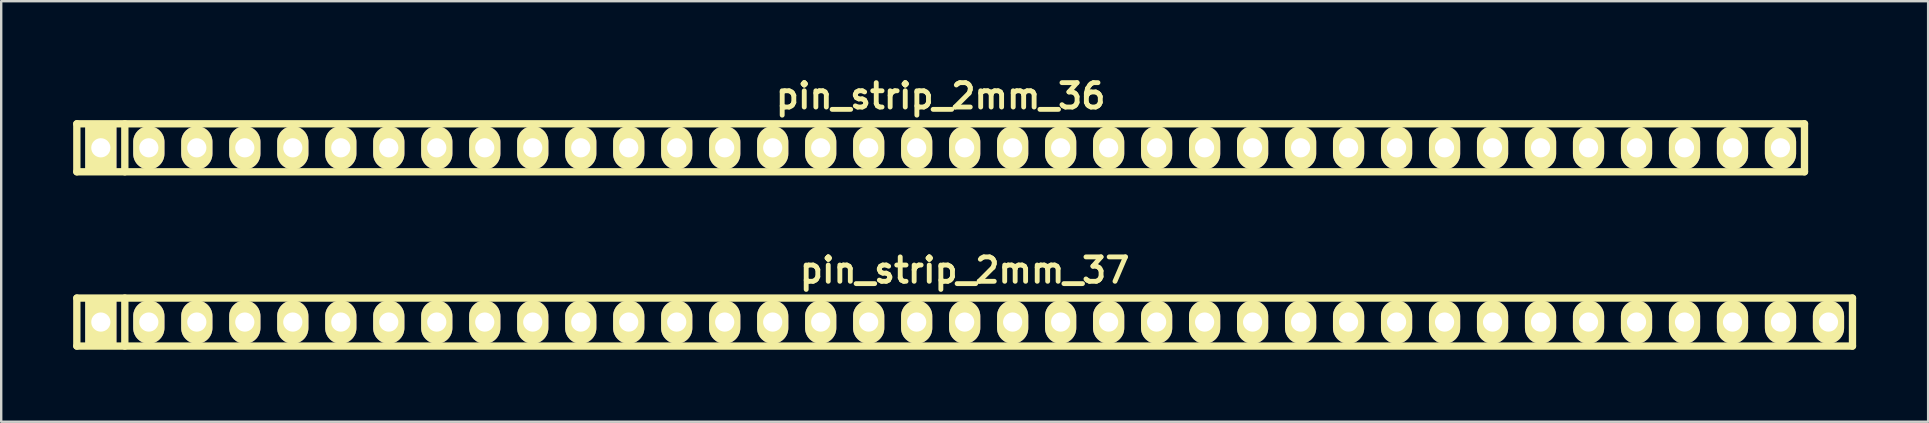
<source format=kicad_pcb>
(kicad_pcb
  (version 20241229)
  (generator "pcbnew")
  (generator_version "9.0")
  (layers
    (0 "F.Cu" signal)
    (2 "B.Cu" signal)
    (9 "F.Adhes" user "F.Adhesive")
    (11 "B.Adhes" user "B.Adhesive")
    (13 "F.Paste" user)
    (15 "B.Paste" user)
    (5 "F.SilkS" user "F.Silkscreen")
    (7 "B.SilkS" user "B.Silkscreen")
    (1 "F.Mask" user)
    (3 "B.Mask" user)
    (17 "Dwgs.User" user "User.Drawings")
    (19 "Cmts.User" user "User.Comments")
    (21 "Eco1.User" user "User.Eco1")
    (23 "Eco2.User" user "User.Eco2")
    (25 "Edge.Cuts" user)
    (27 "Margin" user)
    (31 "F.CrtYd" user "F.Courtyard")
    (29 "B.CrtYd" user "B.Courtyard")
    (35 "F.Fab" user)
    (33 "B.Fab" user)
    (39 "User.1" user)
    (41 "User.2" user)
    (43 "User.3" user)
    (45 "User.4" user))
  (footprint "pin_strip_2mm_37"
    (layer "F.Cu")
    (at 37.152 10.372)
    (property "Reference" "pin_strip_2mm_37" (at 0 -2.159 0) (layer "F.SilkS") (effects (font (size 1.016 1.016) (thickness 0.203))))
    (attr through_hole)
    (fp_line (start -37 -1) (end 37 -1) (stroke (width 0.305) (type solid)) (layer "F.SilkS"))
    (fp_line (start -37 1) (end -37 -1) (stroke (width 0.305) (type solid)) (layer "F.SilkS"))
    (fp_line (start -35 -1) (end -35 1) (stroke (width 0.305) (type solid)) (layer "F.SilkS"))
    (fp_line (start 37 -1) (end 37 1) (stroke (width 0.305) (type solid)) (layer "F.SilkS"))
    (fp_line (start 37 1) (end -37 1) (stroke (width 0.305) (type solid)) (layer "F.SilkS"))
    (pad "1" thru_hole rect (at -36 0) (size 1.3 1.8) (drill 0.8) (layers "*.Cu" "*.Mask" "F.SilkS"))
    (pad "2" thru_hole oval (at -34 0) (size 1.3 1.8) (drill 0.8) (layers "*.Cu" "*.Mask" "F.SilkS"))
    (pad "3" thru_hole oval (at -32 0) (size 1.3 1.8) (drill 0.8) (layers "*.Cu" "*.Mask" "F.SilkS"))
    (pad "4" thru_hole oval (at -30 0) (size 1.3 1.8) (drill 0.8) (layers "*.Cu" "*.Mask" "F.SilkS"))
    (pad "5" thru_hole oval (at -28 0) (size 1.3 1.8) (drill 0.8) (layers "*.Cu" "*.Mask" "F.SilkS"))
    (pad "6" thru_hole oval (at -26 0) (size 1.3 1.8) (drill 0.8) (layers "*.Cu" "*.Mask" "F.SilkS"))
    (pad "7" thru_hole oval (at -24 0) (size 1.3 1.8) (drill 0.8) (layers "*.Cu" "*.Mask" "F.SilkS"))
    (pad "8" thru_hole oval (at -22 0) (size 1.3 1.8) (drill 0.8) (layers "*.Cu" "*.Mask" "F.SilkS"))
    (pad "9" thru_hole oval (at -20 0) (size 1.3 1.8) (drill 0.8) (layers "*.Cu" "*.Mask" "F.SilkS"))
    (pad "10" thru_hole oval (at -18 0) (size 1.3 1.8) (drill 0.8) (layers "*.Cu" "*.Mask" "F.SilkS"))
    (pad "11" thru_hole oval (at -16 0) (size 1.3 1.8) (drill 0.8) (layers "*.Cu" "*.Mask" "F.SilkS"))
    (pad "12" thru_hole oval (at -14 0) (size 1.3 1.8) (drill 0.8) (layers "*.Cu" "*.Mask" "F.SilkS"))
    (pad "13" thru_hole oval (at -12 0) (size 1.3 1.8) (drill 0.8) (layers "*.Cu" "*.Mask" "F.SilkS"))
    (pad "14" thru_hole oval (at -10 0) (size 1.3 1.8) (drill 0.8) (layers "*.Cu" "*.Mask" "F.SilkS"))
    (pad "15" thru_hole oval (at -8 0) (size 1.3 1.8) (drill 0.8) (layers "*.Cu" "*.Mask" "F.SilkS"))
    (pad "16" thru_hole oval (at -6 0) (size 1.3 1.8) (drill 0.8) (layers "*.Cu" "*.Mask" "F.SilkS"))
    (pad "17" thru_hole oval (at -4 0) (size 1.3 1.8) (drill 0.8) (layers "*.Cu" "*.Mask" "F.SilkS"))
    (pad "18" thru_hole oval (at -2 0) (size 1.3 1.8) (drill 0.8) (layers "*.Cu" "*.Mask" "F.SilkS"))
    (pad "19" thru_hole oval (at 0 0) (size 1.3 1.8) (drill 0.8) (layers "*.Cu" "*.Mask" "F.SilkS"))
    (pad "20" thru_hole oval (at 2 0) (size 1.3 1.8) (drill 0.8) (layers "*.Cu" "*.Mask" "F.SilkS"))
    (pad "21" thru_hole oval (at 4 0) (size 1.3 1.8) (drill 0.8) (layers "*.Cu" "*.Mask" "F.SilkS"))
    (pad "22" thru_hole oval (at 6 0) (size 1.3 1.8) (drill 0.8) (layers "*.Cu" "*.Mask" "F.SilkS"))
    (pad "23" thru_hole oval (at 8 0) (size 1.3 1.8) (drill 0.8) (layers "*.Cu" "*.Mask" "F.SilkS"))
    (pad "24" thru_hole oval (at 10 0) (size 1.3 1.8) (drill 0.8) (layers "*.Cu" "*.Mask" "F.SilkS"))
    (pad "25" thru_hole oval (at 12 0) (size 1.3 1.8) (drill 0.8) (layers "*.Cu" "*.Mask" "F.SilkS"))
    (pad "26" thru_hole oval (at 14 0) (size 1.3 1.8) (drill 0.8) (layers "*.Cu" "*.Mask" "F.SilkS"))
    (pad "27" thru_hole oval (at 16 0) (size 1.3 1.8) (drill 0.8) (layers "*.Cu" "*.Mask" "F.SilkS"))
    (pad "28" thru_hole oval (at 18 0) (size 1.3 1.8) (drill 0.8) (layers "*.Cu" "*.Mask" "F.SilkS"))
    (pad "29" thru_hole oval (at 20 0) (size 1.3 1.8) (drill 0.8) (layers "*.Cu" "*.Mask" "F.SilkS"))
    (pad "30" thru_hole oval (at 22 0) (size 1.3 1.8) (drill 0.8) (layers "*.Cu" "*.Mask" "F.SilkS"))
    (pad "31" thru_hole oval (at 24 0) (size 1.3 1.8) (drill 0.8) (layers "*.Cu" "*.Mask" "F.SilkS"))
    (pad "32" thru_hole oval (at 26 0) (size 1.3 1.8) (drill 0.8) (layers "*.Cu" "*.Mask" "F.SilkS"))
    (pad "33" thru_hole oval (at 28 0) (size 1.3 1.8) (drill 0.8) (layers "*.Cu" "*.Mask" "F.SilkS"))
    (pad "34" thru_hole oval (at 30 0) (size 1.3 1.8) (drill 0.8) (layers "*.Cu" "*.Mask" "F.SilkS"))
    (pad "35" thru_hole oval (at 32 0) (size 1.3 1.8) (drill 0.8) (layers "*.Cu" "*.Mask" "F.SilkS"))
    (pad "36" thru_hole oval (at 34 0) (size 1.3 1.8) (drill 0.8) (layers "*.Cu" "*.Mask" "F.SilkS"))
    (pad "37" thru_hole oval (at 36 0) (size 1.3 1.8) (drill 0.8) (layers "*.Cu" "*.Mask" "F.SilkS")))
  (footprint "pin_strip_2mm_36"
    (layer "F.Cu")
    (at 36.152 3.11)
    (property "Reference" "pin_strip_2mm_36" (at 0 -2.159 0) (layer "F.SilkS") (effects (font (size 1.016 1.016) (thickness 0.203))))
    (attr through_hole)
    (fp_line (start -36 -1) (end 36 -1) (stroke (width 0.305) (type solid)) (layer "F.SilkS"))
    (fp_line (start -36 1) (end -36 -1) (stroke (width 0.305) (type solid)) (layer "F.SilkS"))
    (fp_line (start -34 -1) (end -34 1) (stroke (width 0.305) (type solid)) (layer "F.SilkS"))
    (fp_line (start 36 -1) (end 36 1) (stroke (width 0.305) (type solid)) (layer "F.SilkS"))
    (fp_line (start 36 1) (end -36 1) (stroke (width 0.305) (type solid)) (layer "F.SilkS"))
    (pad "1" thru_hole rect (at -35 0) (size 1.3 1.8) (drill 0.8) (layers "*.Cu" "*.Mask" "F.SilkS"))
    (pad "2" thru_hole oval (at -33 0) (size 1.3 1.8) (drill 0.8) (layers "*.Cu" "*.Mask" "F.SilkS"))
    (pad "3" thru_hole oval (at -31 0) (size 1.3 1.8) (drill 0.8) (layers "*.Cu" "*.Mask" "F.SilkS"))
    (pad "4" thru_hole oval (at -29 0) (size 1.3 1.8) (drill 0.8) (layers "*.Cu" "*.Mask" "F.SilkS"))
    (pad "5" thru_hole oval (at -27 0) (size 1.3 1.8) (drill 0.8) (layers "*.Cu" "*.Mask" "F.SilkS"))
    (pad "6" thru_hole oval (at -25 0) (size 1.3 1.8) (drill 0.8) (layers "*.Cu" "*.Mask" "F.SilkS"))
    (pad "7" thru_hole oval (at -23 0) (size 1.3 1.8) (drill 0.8) (layers "*.Cu" "*.Mask" "F.SilkS"))
    (pad "8" thru_hole oval (at -21 0) (size 1.3 1.8) (drill 0.8) (layers "*.Cu" "*.Mask" "F.SilkS"))
    (pad "9" thru_hole oval (at -19 0) (size 1.3 1.8) (drill 0.8) (layers "*.Cu" "*.Mask" "F.SilkS"))
    (pad "10" thru_hole oval (at -17 0) (size 1.3 1.8) (drill 0.8) (layers "*.Cu" "*.Mask" "F.SilkS"))
    (pad "11" thru_hole oval (at -15 0) (size 1.3 1.8) (drill 0.8) (layers "*.Cu" "*.Mask" "F.SilkS"))
    (pad "12" thru_hole oval (at -13 0) (size 1.3 1.8) (drill 0.8) (layers "*.Cu" "*.Mask" "F.SilkS"))
    (pad "13" thru_hole oval (at -11 0) (size 1.3 1.8) (drill 0.8) (layers "*.Cu" "*.Mask" "F.SilkS"))
    (pad "14" thru_hole oval (at -9 0) (size 1.3 1.8) (drill 0.8) (layers "*.Cu" "*.Mask" "F.SilkS"))
    (pad "15" thru_hole oval (at -7 0) (size 1.3 1.8) (drill 0.8) (layers "*.Cu" "*.Mask" "F.SilkS"))
    (pad "16" thru_hole oval (at -5 0) (size 1.3 1.8) (drill 0.8) (layers "*.Cu" "*.Mask" "F.SilkS"))
    (pad "17" thru_hole oval (at -3 0) (size 1.3 1.8) (drill 0.8) (layers "*.Cu" "*.Mask" "F.SilkS"))
    (pad "18" thru_hole oval (at -1 0) (size 1.3 1.8) (drill 0.8) (layers "*.Cu" "*.Mask" "F.SilkS"))
    (pad "19" thru_hole oval (at 1 0) (size 1.3 1.8) (drill 0.8) (layers "*.Cu" "*.Mask" "F.SilkS"))
    (pad "20" thru_hole oval (at 3 0) (size 1.3 1.8) (drill 0.8) (layers "*.Cu" "*.Mask" "F.SilkS"))
    (pad "21" thru_hole oval (at 5 0) (size 1.3 1.8) (drill 0.8) (layers "*.Cu" "*.Mask" "F.SilkS"))
    (pad "22" thru_hole oval (at 7 0) (size 1.3 1.8) (drill 0.8) (layers "*.Cu" "*.Mask" "F.SilkS"))
    (pad "23" thru_hole oval (at 9 0) (size 1.3 1.8) (drill 0.8) (layers "*.Cu" "*.Mask" "F.SilkS"))
    (pad "24" thru_hole oval (at 11 0) (size 1.3 1.8) (drill 0.8) (layers "*.Cu" "*.Mask" "F.SilkS"))
    (pad "25" thru_hole oval (at 13 0) (size 1.3 1.8) (drill 0.8) (layers "*.Cu" "*.Mask" "F.SilkS"))
    (pad "26" thru_hole oval (at 15 0) (size 1.3 1.8) (drill 0.8) (layers "*.Cu" "*.Mask" "F.SilkS"))
    (pad "27" thru_hole oval (at 17 0) (size 1.3 1.8) (drill 0.8) (layers "*.Cu" "*.Mask" "F.SilkS"))
    (pad "28" thru_hole oval (at 19 0) (size 1.3 1.8) (drill 0.8) (layers "*.Cu" "*.Mask" "F.SilkS"))
    (pad "29" thru_hole oval (at 21 0) (size 1.3 1.8) (drill 0.8) (layers "*.Cu" "*.Mask" "F.SilkS"))
    (pad "30" thru_hole oval (at 23 0) (size 1.3 1.8) (drill 0.8) (layers "*.Cu" "*.Mask" "F.SilkS"))
    (pad "31" thru_hole oval (at 25 0) (size 1.3 1.8) (drill 0.8) (layers "*.Cu" "*.Mask" "F.SilkS"))
    (pad "32" thru_hole oval (at 27 0) (size 1.3 1.8) (drill 0.8) (layers "*.Cu" "*.Mask" "F.SilkS"))
    (pad "33" thru_hole oval (at 29 0) (size 1.3 1.8) (drill 0.8) (layers "*.Cu" "*.Mask" "F.SilkS"))
    (pad "34" thru_hole oval (at 31 0) (size 1.3 1.8) (drill 0.8) (layers "*.Cu" "*.Mask" "F.SilkS"))
    (pad "35" thru_hole oval (at 33 0) (size 1.3 1.8) (drill 0.8) (layers "*.Cu" "*.Mask" "F.SilkS"))
    (pad "36" thru_hole oval (at 35 0) (size 1.3 1.8) (drill 0.8) (layers "*.Cu" "*.Mask" "F.SilkS")))
  (gr_rect
    (start -3 -3)
    (end 77.305 14.525)
    (stroke (width 0.1) (type default))
    (fill no)
    (layer "Edge.Cuts")))
</source>
